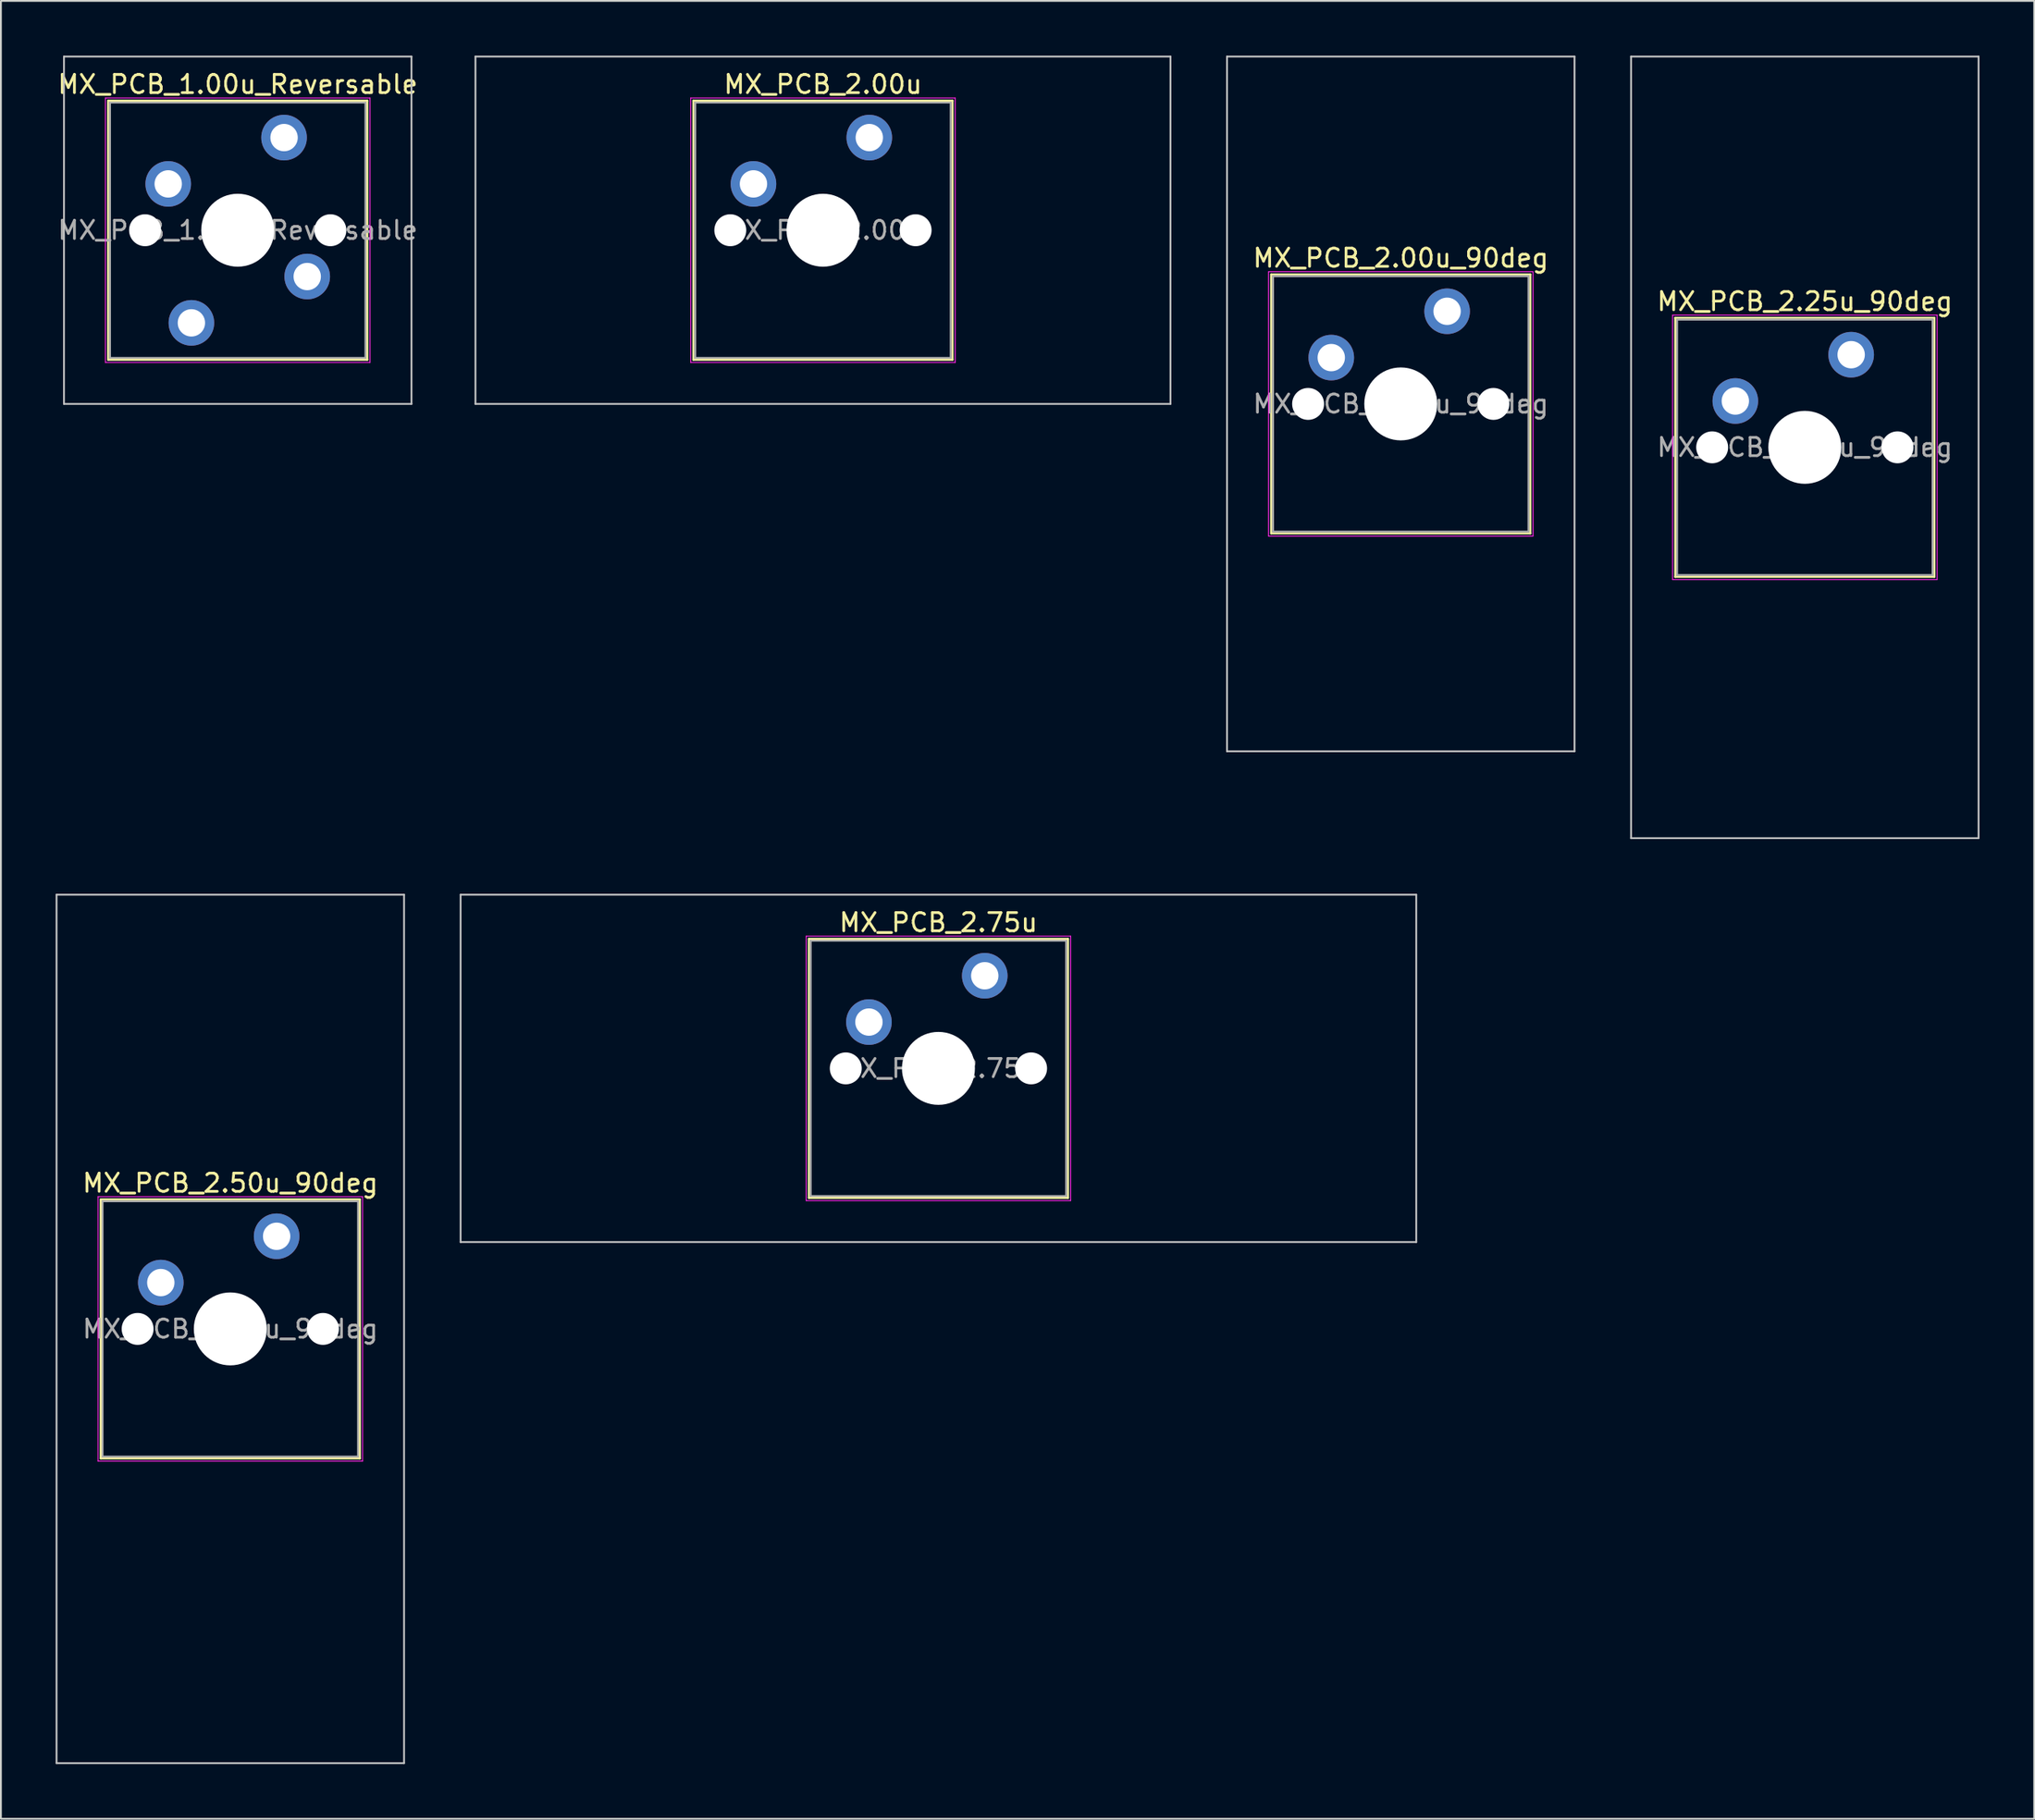
<source format=kicad_pcb>
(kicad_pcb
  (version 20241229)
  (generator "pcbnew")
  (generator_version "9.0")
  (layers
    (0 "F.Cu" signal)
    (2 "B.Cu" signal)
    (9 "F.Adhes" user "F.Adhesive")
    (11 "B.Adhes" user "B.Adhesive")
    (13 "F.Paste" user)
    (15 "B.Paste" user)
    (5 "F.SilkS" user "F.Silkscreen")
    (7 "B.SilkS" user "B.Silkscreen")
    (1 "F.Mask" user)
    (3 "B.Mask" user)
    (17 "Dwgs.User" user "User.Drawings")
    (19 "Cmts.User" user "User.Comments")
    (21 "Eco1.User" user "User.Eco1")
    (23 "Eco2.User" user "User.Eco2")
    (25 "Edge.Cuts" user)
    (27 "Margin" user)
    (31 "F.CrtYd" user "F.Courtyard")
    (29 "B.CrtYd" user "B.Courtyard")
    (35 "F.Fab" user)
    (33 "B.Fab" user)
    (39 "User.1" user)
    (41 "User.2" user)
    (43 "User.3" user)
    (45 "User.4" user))
  (footprint "MX_PCB_2.50u_90deg"
    (layer "F.Cu")
    (at 9.575 69.825)
    (property "Reference" "MX_PCB_2.50u_90deg" (at 0 -8 0) (layer "F.SilkS") (effects (font (size 1 1) (thickness 0.15))))
    (attr through_hole)
    (fp_line (start -7.1 -7.1) (end -7.1 7.1) (stroke (width 0.12) (type solid)) (layer "F.SilkS"))
    (fp_line (start -7.1 7.1) (end 7.1 7.1) (stroke (width 0.12) (type solid)) (layer "F.SilkS"))
    (fp_line (start 7.1 -7.1) (end -7.1 -7.1) (stroke (width 0.12) (type solid)) (layer "F.SilkS"))
    (fp_line (start 7.1 7.1) (end 7.1 -7.1) (stroke (width 0.12) (type solid)) (layer "F.SilkS"))
    (fp_line (start -9.525 -23.812) (end 9.525 -23.812) (stroke (width 0.1) (type solid)) (layer "Dwgs.User"))
    (fp_line (start -9.525 23.812) (end -9.525 -23.812) (stroke (width 0.1) (type solid)) (layer "Dwgs.User"))
    (fp_line (start 9.525 -23.812) (end 9.525 23.812) (stroke (width 0.1) (type solid)) (layer "Dwgs.User"))
    (fp_line (start 9.525 23.812) (end -9.525 23.812) (stroke (width 0.1) (type solid)) (layer "Dwgs.User"))
    (fp_line (start -7 -7) (end -7 7) (stroke (width 0.1) (type solid)) (layer "Eco1.User"))
    (fp_line (start -7 7) (end 7 7) (stroke (width 0.1) (type solid)) (layer "Eco1.User"))
    (fp_line (start 7 -7) (end -7 -7) (stroke (width 0.1) (type solid)) (layer "Eco1.User"))
    (fp_line (start 7 7) (end 7 -7) (stroke (width 0.1) (type solid)) (layer "Eco1.User"))
    (fp_line (start -7.25 -7.25) (end -7.25 7.25) (stroke (width 0.05) (type solid)) (layer "F.CrtYd"))
    (fp_line (start -7.25 7.25) (end 7.25 7.25) (stroke (width 0.05) (type solid)) (layer "F.CrtYd"))
    (fp_line (start 7.25 -7.25) (end -7.25 -7.25) (stroke (width 0.05) (type solid)) (layer "F.CrtYd"))
    (fp_line (start 7.25 7.25) (end 7.25 -7.25) (stroke (width 0.05) (type solid)) (layer "F.CrtYd"))
    (fp_line (start -7 -7) (end -7 7) (stroke (width 0.1) (type solid)) (layer "F.Fab"))
    (fp_line (start -7 7) (end 7 7) (stroke (width 0.1) (type solid)) (layer "F.Fab"))
    (fp_line (start 7 -7) (end -7 -7) (stroke (width 0.1) (type solid)) (layer "F.Fab"))
    (fp_line (start 7 7) (end 7 -7) (stroke (width 0.1) (type solid)) (layer "F.Fab"))
    (fp_text user "${REFERENCE}" (at 0 0 0) (layer "F.Fab") (effects (font (size 1 1) (thickness 0.15))))
    (pad "" np_thru_hole circle (at -5.08 0) (size 1.75 1.75) (drill 1.75) (layers "*.Cu" "*.Mask"))
    (pad "" np_thru_hole circle (at 0 0) (size 4 4) (drill 4) (layers "*.Cu" "*.Mask"))
    (pad "" np_thru_hole circle (at 5.08 0) (size 1.75 1.75) (drill 1.75) (layers "*.Cu" "*.Mask"))
    (pad "1" thru_hole circle (at -3.81 -2.54) (size 2.5 2.5) (drill 1.5) (layers "*.Cu" "*.Mask"))
    (pad "2" thru_hole circle (at 2.54 -5.08) (size 2.5 2.5) (drill 1.5) (layers "*.Cu" "*.Mask")))
  (footprint "MX_PCB_1.00u_Reversable"
    (layer "F.Cu")
    (at 9.982 9.575)
    (property "Reference" "MX_PCB_1.00u_Reversable" (at 0 -8 0) (layer "F.SilkS") (effects (font (size 1 1) (thickness 0.15))))
    (attr through_hole)
    (fp_line (start -7.1 -7.1) (end -7.1 7.1) (stroke (width 0.12) (type solid)) (layer "F.SilkS"))
    (fp_line (start -7.1 7.1) (end 7.1 7.1) (stroke (width 0.12) (type solid)) (layer "F.SilkS"))
    (fp_line (start 7.1 -7.1) (end -7.1 -7.1) (stroke (width 0.12) (type solid)) (layer "F.SilkS"))
    (fp_line (start 7.1 7.1) (end 7.1 -7.1) (stroke (width 0.12) (type solid)) (layer "F.SilkS"))
    (fp_line (start -9.525 -9.525) (end -9.525 9.525) (stroke (width 0.1) (type solid)) (layer "Dwgs.User"))
    (fp_line (start -9.525 9.525) (end 9.525 9.525) (stroke (width 0.1) (type solid)) (layer "Dwgs.User"))
    (fp_line (start 9.525 -9.525) (end -9.525 -9.525) (stroke (width 0.1) (type solid)) (layer "Dwgs.User"))
    (fp_line (start 9.525 9.525) (end 9.525 -9.525) (stroke (width 0.1) (type solid)) (layer "Dwgs.User"))
    (fp_line (start -7 -7) (end -7 7) (stroke (width 0.1) (type solid)) (layer "Eco1.User"))
    (fp_line (start -7 7) (end 7 7) (stroke (width 0.1) (type solid)) (layer "Eco1.User"))
    (fp_line (start 7 -7) (end -7 -7) (stroke (width 0.1) (type solid)) (layer "Eco1.User"))
    (fp_line (start 7 7) (end 7 -7) (stroke (width 0.1) (type solid)) (layer "Eco1.User"))
    (fp_line (start -7.25 -7.25) (end -7.25 7.25) (stroke (width 0.05) (type solid)) (layer "F.CrtYd"))
    (fp_line (start -7.25 7.25) (end 7.25 7.25) (stroke (width 0.05) (type solid)) (layer "F.CrtYd"))
    (fp_line (start 7.25 -7.25) (end -7.25 -7.25) (stroke (width 0.05) (type solid)) (layer "F.CrtYd"))
    (fp_line (start 7.25 7.25) (end 7.25 -7.25) (stroke (width 0.05) (type solid)) (layer "F.CrtYd"))
    (fp_line (start -7 -7) (end -7 7) (stroke (width 0.1) (type solid)) (layer "F.Fab"))
    (fp_line (start -7 7) (end 7 7) (stroke (width 0.1) (type solid)) (layer "F.Fab"))
    (fp_line (start 7 -7) (end -7 -7) (stroke (width 0.1) (type solid)) (layer "F.Fab"))
    (fp_line (start 7 7) (end 7 -7) (stroke (width 0.1) (type solid)) (layer "F.Fab"))
    (fp_text user "${REFERENCE}" (at 0 0 0) (layer "F.Fab") (effects (font (size 1 1) (thickness 0.15))))
    (pad "" np_thru_hole circle (at -5.08 0) (size 1.75 1.75) (drill 1.75) (layers "*.Cu" "*.Mask"))
    (pad "" np_thru_hole circle (at 0 0) (size 4 4) (drill 4) (layers "*.Cu" "*.Mask"))
    (pad "" np_thru_hole circle (at 5.08 0) (size 1.75 1.75) (drill 1.75) (layers "*.Cu" "*.Mask"))
    (pad "1" thru_hole circle (at -3.81 -2.54) (size 2.5 2.5) (drill 1.5) (layers "*.Cu" "*.Mask"))
    (pad "1" thru_hole circle (at 3.81 2.54 180) (size 2.5 2.5) (drill 1.5) (layers "*.Cu" "*.Mask"))
    (pad "2" thru_hole circle (at -2.54 5.08 180) (size 2.5 2.5) (drill 1.5) (layers "*.Cu" "*.Mask"))
    (pad "2" thru_hole circle (at 2.54 -5.08) (size 2.5 2.5) (drill 1.5) (layers "*.Cu" "*.Mask")))
  (footprint "MX_PCB_2.25u_90deg"
    (layer "F.Cu")
    (at 95.889 21.481)
    (property "Reference" "MX_PCB_2.25u_90deg" (at 0 -8 0) (layer "F.SilkS") (effects (font (size 1 1) (thickness 0.15))))
    (attr through_hole)
    (fp_line (start -7.1 -7.1) (end -7.1 7.1) (stroke (width 0.12) (type solid)) (layer "F.SilkS"))
    (fp_line (start -7.1 7.1) (end 7.1 7.1) (stroke (width 0.12) (type solid)) (layer "F.SilkS"))
    (fp_line (start 7.1 -7.1) (end -7.1 -7.1) (stroke (width 0.12) (type solid)) (layer "F.SilkS"))
    (fp_line (start 7.1 7.1) (end 7.1 -7.1) (stroke (width 0.12) (type solid)) (layer "F.SilkS"))
    (fp_line (start -9.525 -21.431) (end 9.525 -21.431) (stroke (width 0.1) (type solid)) (layer "Dwgs.User"))
    (fp_line (start -9.525 21.431) (end -9.525 -21.431) (stroke (width 0.1) (type solid)) (layer "Dwgs.User"))
    (fp_line (start 9.525 -21.431) (end 9.525 21.431) (stroke (width 0.1) (type solid)) (layer "Dwgs.User"))
    (fp_line (start 9.525 21.431) (end -9.525 21.431) (stroke (width 0.1) (type solid)) (layer "Dwgs.User"))
    (fp_line (start -7 -7) (end -7 7) (stroke (width 0.1) (type solid)) (layer "Eco1.User"))
    (fp_line (start -7 7) (end 7 7) (stroke (width 0.1) (type solid)) (layer "Eco1.User"))
    (fp_line (start 7 -7) (end -7 -7) (stroke (width 0.1) (type solid)) (layer "Eco1.User"))
    (fp_line (start 7 7) (end 7 -7) (stroke (width 0.1) (type solid)) (layer "Eco1.User"))
    (fp_line (start -7.25 -7.25) (end -7.25 7.25) (stroke (width 0.05) (type solid)) (layer "F.CrtYd"))
    (fp_line (start -7.25 7.25) (end 7.25 7.25) (stroke (width 0.05) (type solid)) (layer "F.CrtYd"))
    (fp_line (start 7.25 -7.25) (end -7.25 -7.25) (stroke (width 0.05) (type solid)) (layer "F.CrtYd"))
    (fp_line (start 7.25 7.25) (end 7.25 -7.25) (stroke (width 0.05) (type solid)) (layer "F.CrtYd"))
    (fp_line (start -7 -7) (end -7 7) (stroke (width 0.1) (type solid)) (layer "F.Fab"))
    (fp_line (start -7 7) (end 7 7) (stroke (width 0.1) (type solid)) (layer "F.Fab"))
    (fp_line (start 7 -7) (end -7 -7) (stroke (width 0.1) (type solid)) (layer "F.Fab"))
    (fp_line (start 7 7) (end 7 -7) (stroke (width 0.1) (type solid)) (layer "F.Fab"))
    (fp_text user "${REFERENCE}" (at 0 0 0) (layer "F.Fab") (effects (font (size 1 1) (thickness 0.15))))
    (pad "" np_thru_hole circle (at -5.08 0) (size 1.75 1.75) (drill 1.75) (layers "*.Cu" "*.Mask"))
    (pad "" np_thru_hole circle (at 0 0) (size 4 4) (drill 4) (layers "*.Cu" "*.Mask"))
    (pad "" np_thru_hole circle (at 5.08 0) (size 1.75 1.75) (drill 1.75) (layers "*.Cu" "*.Mask"))
    (pad "1" thru_hole circle (at -3.81 -2.54) (size 2.5 2.5) (drill 1.5) (layers "*.Cu" "*.Mask"))
    (pad "2" thru_hole circle (at 2.54 -5.08) (size 2.5 2.5) (drill 1.5) (layers "*.Cu" "*.Mask")))
  (footprint "MX_PCB_2.75u"
    (layer "F.Cu")
    (at 48.394 55.538)
    (property "Reference" "MX_PCB_2.75u" (at 0 -8 0) (layer "F.SilkS") (effects (font (size 1 1) (thickness 0.15))))
    (attr through_hole)
    (fp_line (start -7.1 -7.1) (end -7.1 7.1) (stroke (width 0.12) (type solid)) (layer "F.SilkS"))
    (fp_line (start -7.1 7.1) (end 7.1 7.1) (stroke (width 0.12) (type solid)) (layer "F.SilkS"))
    (fp_line (start 7.1 -7.1) (end -7.1 -7.1) (stroke (width 0.12) (type solid)) (layer "F.SilkS"))
    (fp_line (start 7.1 7.1) (end 7.1 -7.1) (stroke (width 0.12) (type solid)) (layer "F.SilkS"))
    (fp_line (start -26.194 -9.525) (end -26.194 9.525) (stroke (width 0.1) (type solid)) (layer "Dwgs.User"))
    (fp_line (start -26.194 9.525) (end 26.194 9.525) (stroke (width 0.1) (type solid)) (layer "Dwgs.User"))
    (fp_line (start 26.194 -9.525) (end -26.194 -9.525) (stroke (width 0.1) (type solid)) (layer "Dwgs.User"))
    (fp_line (start 26.194 9.525) (end 26.194 -9.525) (stroke (width 0.1) (type solid)) (layer "Dwgs.User"))
    (fp_line (start -7 -7) (end -7 7) (stroke (width 0.1) (type solid)) (layer "Eco1.User"))
    (fp_line (start -7 7) (end 7 7) (stroke (width 0.1) (type solid)) (layer "Eco1.User"))
    (fp_line (start 7 -7) (end -7 -7) (stroke (width 0.1) (type solid)) (layer "Eco1.User"))
    (fp_line (start 7 7) (end 7 -7) (stroke (width 0.1) (type solid)) (layer "Eco1.User"))
    (fp_line (start -7.25 -7.25) (end -7.25 7.25) (stroke (width 0.05) (type solid)) (layer "F.CrtYd"))
    (fp_line (start -7.25 7.25) (end 7.25 7.25) (stroke (width 0.05) (type solid)) (layer "F.CrtYd"))
    (fp_line (start 7.25 -7.25) (end -7.25 -7.25) (stroke (width 0.05) (type solid)) (layer "F.CrtYd"))
    (fp_line (start 7.25 7.25) (end 7.25 -7.25) (stroke (width 0.05) (type solid)) (layer "F.CrtYd"))
    (fp_line (start -7 -7) (end -7 7) (stroke (width 0.1) (type solid)) (layer "F.Fab"))
    (fp_line (start -7 7) (end 7 7) (stroke (width 0.1) (type solid)) (layer "F.Fab"))
    (fp_line (start 7 -7) (end -7 -7) (stroke (width 0.1) (type solid)) (layer "F.Fab"))
    (fp_line (start 7 7) (end 7 -7) (stroke (width 0.1) (type solid)) (layer "F.Fab"))
    (fp_text user "${REFERENCE}" (at 0 0 0) (layer "F.Fab") (effects (font (size 1 1) (thickness 0.15))))
    (pad "" np_thru_hole circle (at -5.08 0) (size 1.75 1.75) (drill 1.75) (layers "*.Cu" "*.Mask"))
    (pad "" np_thru_hole circle (at 0 0) (size 4 4) (drill 4) (layers "*.Cu" "*.Mask"))
    (pad "" np_thru_hole circle (at 5.08 0) (size 1.75 1.75) (drill 1.75) (layers "*.Cu" "*.Mask"))
    (pad "1" thru_hole circle (at -3.81 -2.54) (size 2.5 2.5) (drill 1.5) (layers "*.Cu" "*.Mask"))
    (pad "2" thru_hole circle (at 2.54 -5.08) (size 2.5 2.5) (drill 1.5) (layers "*.Cu" "*.Mask")))
  (footprint "MX_PCB_2.00u_90deg"
    (layer "F.Cu")
    (at 73.739 19.1)
    (property "Reference" "MX_PCB_2.00u_90deg" (at 0 -8 0) (layer "F.SilkS") (effects (font (size 1 1) (thickness 0.15))))
    (attr through_hole)
    (fp_line (start -7.1 -7.1) (end -7.1 7.1) (stroke (width 0.12) (type solid)) (layer "F.SilkS"))
    (fp_line (start -7.1 7.1) (end 7.1 7.1) (stroke (width 0.12) (type solid)) (layer "F.SilkS"))
    (fp_line (start 7.1 -7.1) (end -7.1 -7.1) (stroke (width 0.12) (type solid)) (layer "F.SilkS"))
    (fp_line (start 7.1 7.1) (end 7.1 -7.1) (stroke (width 0.12) (type solid)) (layer "F.SilkS"))
    (fp_line (start -9.525 -19.05) (end 9.525 -19.05) (stroke (width 0.1) (type solid)) (layer "Dwgs.User"))
    (fp_line (start -9.525 19.05) (end -9.525 -19.05) (stroke (width 0.1) (type solid)) (layer "Dwgs.User"))
    (fp_line (start 9.525 -19.05) (end 9.525 19.05) (stroke (width 0.1) (type solid)) (layer "Dwgs.User"))
    (fp_line (start 9.525 19.05) (end -9.525 19.05) (stroke (width 0.1) (type solid)) (layer "Dwgs.User"))
    (fp_line (start -7 -7) (end -7 7) (stroke (width 0.1) (type solid)) (layer "Eco1.User"))
    (fp_line (start -7 7) (end 7 7) (stroke (width 0.1) (type solid)) (layer "Eco1.User"))
    (fp_line (start 7 -7) (end -7 -7) (stroke (width 0.1) (type solid)) (layer "Eco1.User"))
    (fp_line (start 7 7) (end 7 -7) (stroke (width 0.1) (type solid)) (layer "Eco1.User"))
    (fp_line (start -7.25 -7.25) (end -7.25 7.25) (stroke (width 0.05) (type solid)) (layer "F.CrtYd"))
    (fp_line (start -7.25 7.25) (end 7.25 7.25) (stroke (width 0.05) (type solid)) (layer "F.CrtYd"))
    (fp_line (start 7.25 -7.25) (end -7.25 -7.25) (stroke (width 0.05) (type solid)) (layer "F.CrtYd"))
    (fp_line (start 7.25 7.25) (end 7.25 -7.25) (stroke (width 0.05) (type solid)) (layer "F.CrtYd"))
    (fp_line (start -7 -7) (end -7 7) (stroke (width 0.1) (type solid)) (layer "F.Fab"))
    (fp_line (start -7 7) (end 7 7) (stroke (width 0.1) (type solid)) (layer "F.Fab"))
    (fp_line (start 7 -7) (end -7 -7) (stroke (width 0.1) (type solid)) (layer "F.Fab"))
    (fp_line (start 7 7) (end 7 -7) (stroke (width 0.1) (type solid)) (layer "F.Fab"))
    (fp_text user "${REFERENCE}" (at 0 0 0) (layer "F.Fab") (effects (font (size 1 1) (thickness 0.15))))
    (pad "" np_thru_hole circle (at -5.08 0) (size 1.75 1.75) (drill 1.75) (layers "*.Cu" "*.Mask"))
    (pad "" np_thru_hole circle (at 0 0) (size 4 4) (drill 4) (layers "*.Cu" "*.Mask"))
    (pad "" np_thru_hole circle (at 5.08 0) (size 1.75 1.75) (drill 1.75) (layers "*.Cu" "*.Mask"))
    (pad "1" thru_hole circle (at -3.81 -2.54) (size 2.5 2.5) (drill 1.5) (layers "*.Cu" "*.Mask"))
    (pad "2" thru_hole circle (at 2.54 -5.08) (size 2.5 2.5) (drill 1.5) (layers "*.Cu" "*.Mask")))
  (footprint "MX_PCB_2.00u"
    (layer "F.Cu")
    (at 42.064 9.575)
    (property "Reference" "MX_PCB_2.00u" (at 0 -8 0) (layer "F.SilkS") (effects (font (size 1 1) (thickness 0.15))))
    (attr through_hole)
    (fp_line (start -7.1 -7.1) (end -7.1 7.1) (stroke (width 0.12) (type solid)) (layer "F.SilkS"))
    (fp_line (start -7.1 7.1) (end 7.1 7.1) (stroke (width 0.12) (type solid)) (layer "F.SilkS"))
    (fp_line (start 7.1 -7.1) (end -7.1 -7.1) (stroke (width 0.12) (type solid)) (layer "F.SilkS"))
    (fp_line (start 7.1 7.1) (end 7.1 -7.1) (stroke (width 0.12) (type solid)) (layer "F.SilkS"))
    (fp_line (start -19.05 -9.525) (end -19.05 9.525) (stroke (width 0.1) (type solid)) (layer "Dwgs.User"))
    (fp_line (start -19.05 9.525) (end 19.05 9.525) (stroke (width 0.1) (type solid)) (layer "Dwgs.User"))
    (fp_line (start 19.05 -9.525) (end -19.05 -9.525) (stroke (width 0.1) (type solid)) (layer "Dwgs.User"))
    (fp_line (start 19.05 9.525) (end 19.05 -9.525) (stroke (width 0.1) (type solid)) (layer "Dwgs.User"))
    (fp_line (start -7 -7) (end -7 7) (stroke (width 0.1) (type solid)) (layer "Eco1.User"))
    (fp_line (start -7 7) (end 7 7) (stroke (width 0.1) (type solid)) (layer "Eco1.User"))
    (fp_line (start 7 -7) (end -7 -7) (stroke (width 0.1) (type solid)) (layer "Eco1.User"))
    (fp_line (start 7 7) (end 7 -7) (stroke (width 0.1) (type solid)) (layer "Eco1.User"))
    (fp_line (start -7.25 -7.25) (end -7.25 7.25) (stroke (width 0.05) (type solid)) (layer "F.CrtYd"))
    (fp_line (start -7.25 7.25) (end 7.25 7.25) (stroke (width 0.05) (type solid)) (layer "F.CrtYd"))
    (fp_line (start 7.25 -7.25) (end -7.25 -7.25) (stroke (width 0.05) (type solid)) (layer "F.CrtYd"))
    (fp_line (start 7.25 7.25) (end 7.25 -7.25) (stroke (width 0.05) (type solid)) (layer "F.CrtYd"))
    (fp_line (start -7 -7) (end -7 7) (stroke (width 0.1) (type solid)) (layer "F.Fab"))
    (fp_line (start -7 7) (end 7 7) (stroke (width 0.1) (type solid)) (layer "F.Fab"))
    (fp_line (start 7 -7) (end -7 -7) (stroke (width 0.1) (type solid)) (layer "F.Fab"))
    (fp_line (start 7 7) (end 7 -7) (stroke (width 0.1) (type solid)) (layer "F.Fab"))
    (fp_text user "${REFERENCE}" (at 0 0 0) (layer "F.Fab") (effects (font (size 1 1) (thickness 0.15))))
    (pad "" np_thru_hole circle (at -5.08 0) (size 1.75 1.75) (drill 1.75) (layers "*.Cu" "*.Mask"))
    (pad "" np_thru_hole circle (at 0 0) (size 4 4) (drill 4) (layers "*.Cu" "*.Mask"))
    (pad "" np_thru_hole circle (at 5.08 0) (size 1.75 1.75) (drill 1.75) (layers "*.Cu" "*.Mask"))
    (pad "1" thru_hole circle (at -3.81 -2.54) (size 2.5 2.5) (drill 1.5) (layers "*.Cu" "*.Mask"))
    (pad "2" thru_hole circle (at 2.54 -5.08) (size 2.5 2.5) (drill 1.5) (layers "*.Cu" "*.Mask")))
  (gr_rect
    (start -3 -3)
    (end 108.464 96.688)
    (stroke (width 0.1) (type default))
    (fill no)
    (layer "Edge.Cuts")))
</source>
